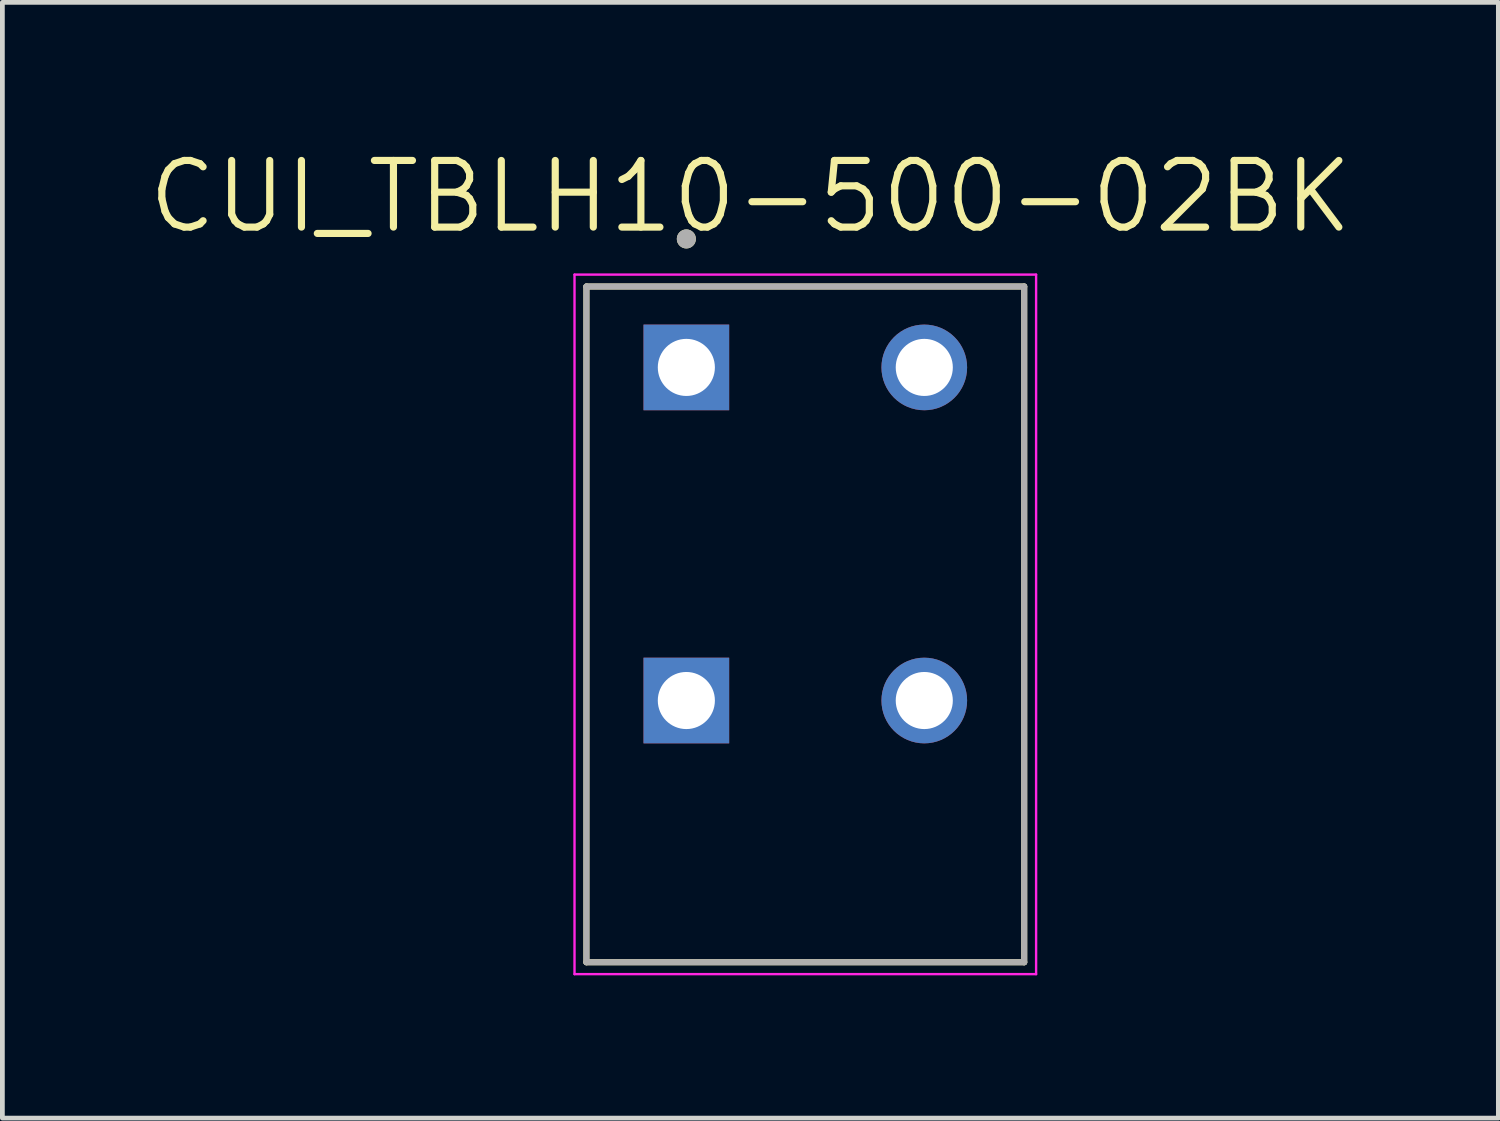
<source format=kicad_pcb>
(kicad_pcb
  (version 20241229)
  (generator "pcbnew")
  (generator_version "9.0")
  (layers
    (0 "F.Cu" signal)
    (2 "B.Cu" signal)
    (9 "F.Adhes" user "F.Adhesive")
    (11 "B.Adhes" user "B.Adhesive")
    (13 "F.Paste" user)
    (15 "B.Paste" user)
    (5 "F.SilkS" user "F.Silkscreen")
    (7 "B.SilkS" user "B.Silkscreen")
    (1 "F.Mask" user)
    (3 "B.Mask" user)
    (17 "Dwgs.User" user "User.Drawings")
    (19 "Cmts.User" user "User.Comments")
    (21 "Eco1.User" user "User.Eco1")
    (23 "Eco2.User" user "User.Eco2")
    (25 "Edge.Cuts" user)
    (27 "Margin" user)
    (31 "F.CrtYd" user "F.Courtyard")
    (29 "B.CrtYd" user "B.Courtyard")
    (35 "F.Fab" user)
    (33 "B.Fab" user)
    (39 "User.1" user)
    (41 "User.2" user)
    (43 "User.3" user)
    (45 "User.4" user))
  (footprint "CUI_TBLH10-500-02BK"
    (layer "F.Cu")
    (at 11.373 4.671)
    (property "Reference" "CUI_TBLH10-500-02BK" (at 1.345 -3.589 0) (layer "F.SilkS") (effects (font (size 1.4 1.4) (thickness 0.15))))
    (attr through_hole)
    (fp_line (start -2.1 -1.7) (end 7.1 -1.7) (stroke (width 0.127) (type solid)) (layer "F.SilkS"))
    (fp_line (start -2.1 12.5) (end -2.1 -1.7) (stroke (width 0.127) (type solid)) (layer "F.SilkS"))
    (fp_line (start 7.1 -1.7) (end 7.1 12.5) (stroke (width 0.127) (type solid)) (layer "F.SilkS"))
    (fp_line (start 7.1 12.5) (end -2.1 12.5) (stroke (width 0.127) (type solid)) (layer "F.SilkS"))
    (fp_circle (center 0 -2.7) (end 0.1 -2.7) (stroke (width 0.2) (type solid)) (fill no) (layer "F.SilkS"))
    (fp_line (start -2.35 -1.95) (end 7.35 -1.95) (stroke (width 0.05) (type solid)) (layer "F.CrtYd"))
    (fp_line (start -2.35 12.75) (end -2.35 -1.95) (stroke (width 0.05) (type solid)) (layer "F.CrtYd"))
    (fp_line (start 7.35 -1.95) (end 7.35 12.75) (stroke (width 0.05) (type solid)) (layer "F.CrtYd"))
    (fp_line (start 7.35 12.75) (end -2.35 12.75) (stroke (width 0.05) (type solid)) (layer "F.CrtYd"))
    (fp_line (start -2.1 -1.7) (end 7.1 -1.7) (stroke (width 0.127) (type solid)) (layer "F.Fab"))
    (fp_line (start -2.1 12.5) (end -2.1 -1.7) (stroke (width 0.127) (type solid)) (layer "F.Fab"))
    (fp_line (start 7.1 -1.7) (end 7.1 12.5) (stroke (width 0.127) (type solid)) (layer "F.Fab"))
    (fp_line (start 7.1 12.5) (end -2.1 12.5) (stroke (width 0.127) (type solid)) (layer "F.Fab"))
    (fp_circle (center 0 -2.7) (end 0.1 -2.7) (stroke (width 0.2) (type solid)) (fill no) (layer "F.Fab"))
    (pad "1_A" thru_hole rect (at 0 0) (size 1.8 1.8) (drill 1.2) (layers "*.Cu" "*.Mask"))
    (pad "1_B" thru_hole rect (at 0 7) (size 1.8 1.8) (drill 1.2) (layers "*.Cu" "*.Mask"))
    (pad "2_A" thru_hole circle (at 5 0) (size 1.8 1.8) (drill 1.2) (layers "*.Cu" "*.Mask"))
    (pad "2_B" thru_hole circle (at 5 7) (size 1.8 1.8) (drill 1.2) (layers "*.Cu" "*.Mask")))
  (gr_rect
    (start -3 -3)
    (end 28.437 20.446)
    (stroke (width 0.1) (type default))
    (fill no)
    (layer "Edge.Cuts")))
</source>
